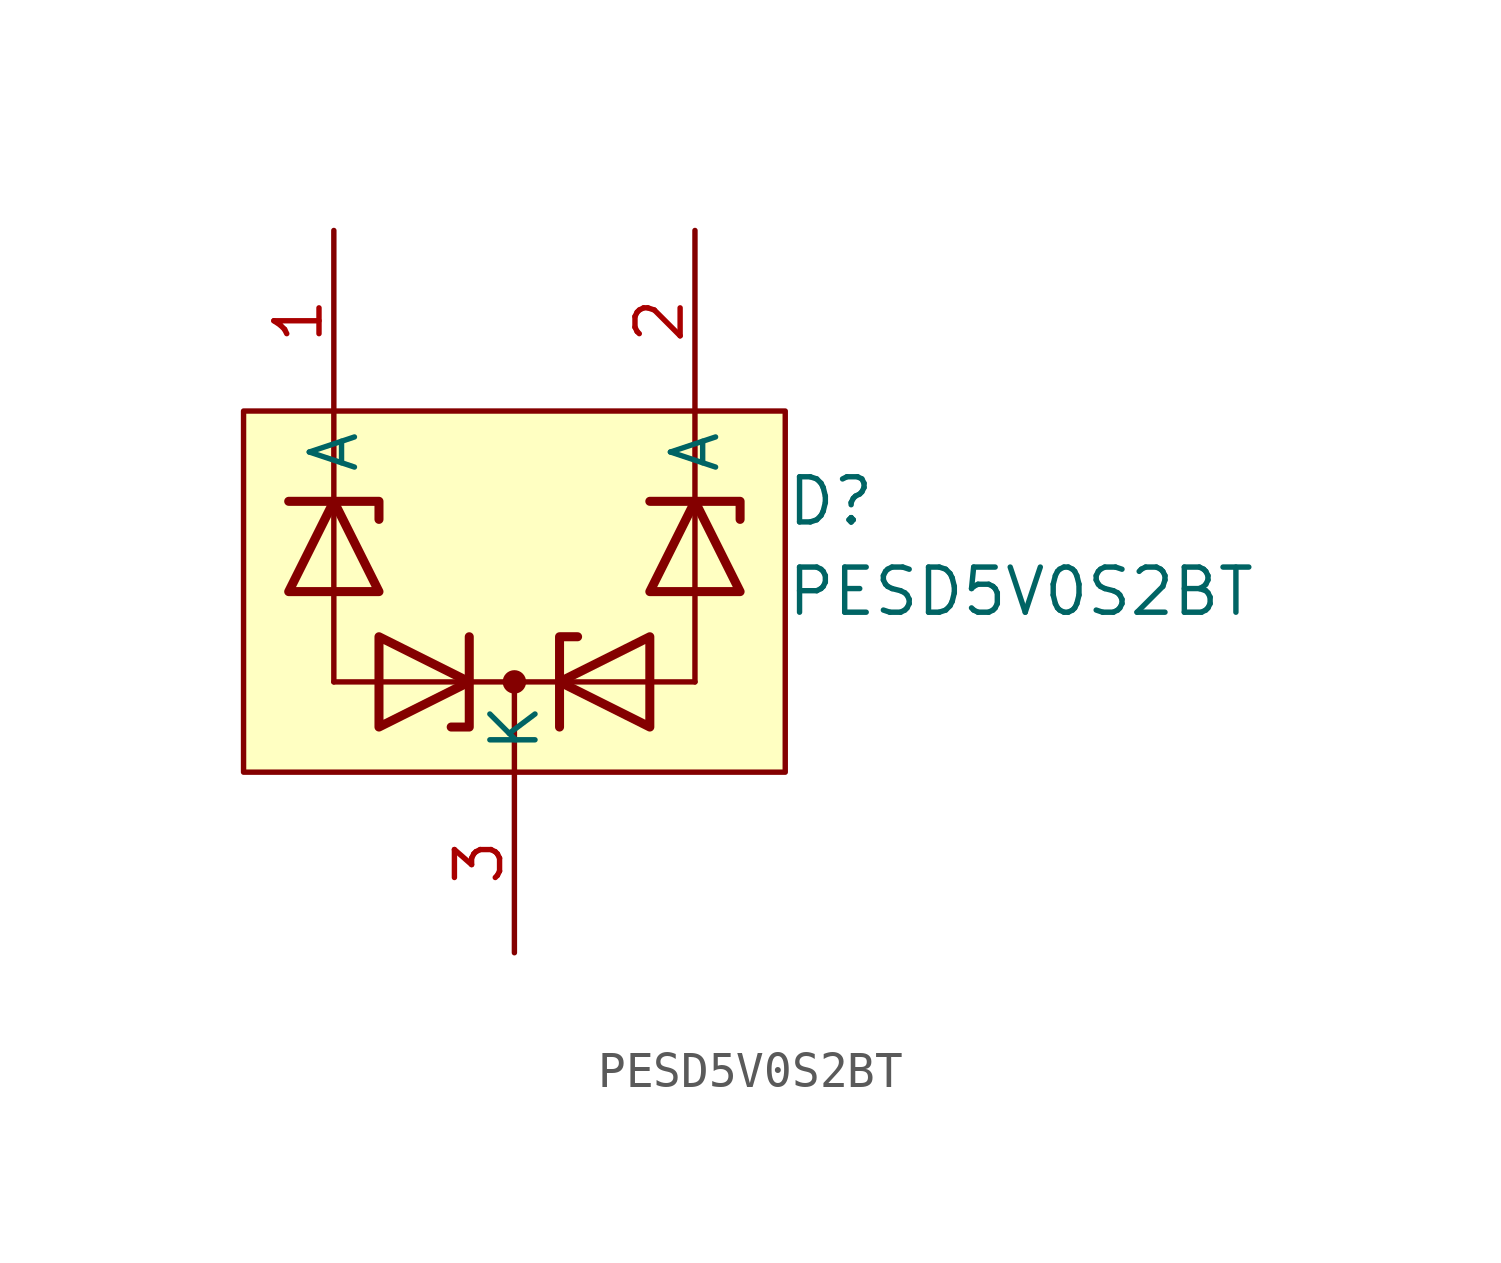
<source format=kicad_sym>
(kicad_symbol_lib
  (version 20231120)
  (generator "kicad_symbol_editor")
  (generator_version "8.0")
  (symbol "PESD5V0S2BT"
    (property "Reference" "D"
      (at 17.78 7.62 0)
      (effects (font (size 1.27 1.27)) (justify left)))
    (property "Value" "PESD5V0S2BT"
      (at 17.78 5.08 0)
      (effects (font (size 1.27 1.27)) (justify left)))
    (symbol "PESD5V0S2BT_0_1"
      (polyline (pts (xy 5.08 2.54) (xy 5.08 10.16)) (stroke (width 0) (type default)) (fill (type none)))
      (polyline (pts (xy 5.08 2.54) (xy 15.24 2.54)) (stroke (width 0) (type default)) (fill (type none)))
      (polyline (pts (xy 10.16 2.54) (xy 10.16 0)) (stroke (width 0) (type default)) (fill (type none)))
      (polyline (pts (xy 15.24 2.54) (xy 15.24 10.16)) (stroke (width 0) (type default)) (fill (type none)))
      (polyline (pts (xy 3.81 7.62) (xy 6.35 7.62) (xy 6.35 7.112)) (stroke (width 0.254) (type default)) (fill (type none)))
      (polyline (pts (xy 8.89 3.81) (xy 8.89 1.27) (xy 8.382 1.27)) (stroke (width 0.254) (type default)) (fill (type none)))
      (polyline (pts (xy 11.43 1.27) (xy 11.43 3.81) (xy 11.938 3.81)) (stroke (width 0.254) (type default)) (fill (type none)))
      (polyline (pts (xy 13.97 7.62) (xy 16.51 7.62) (xy 16.51 7.112)) (stroke (width 0.254) (type default)) (fill (type none)))
      (polyline (pts (xy 3.81 5.08) (xy 5.08 7.62) (xy 6.35 5.08) (xy 3.81 5.08) (xy 3.81 5.08) (xy 3.81 5.08)) (stroke (width 0.254) (type default)) (fill (type none)))
      (polyline (pts (xy 6.35 3.81) (xy 8.89 2.54) (xy 6.35 1.27) (xy 6.35 3.81) (xy 6.35 3.81) (xy 6.35 3.81)) (stroke (width 0.254) (type default)) (fill (type none)))
      (polyline (pts (xy 13.97 1.27) (xy 11.43 2.54) (xy 13.97 3.81) (xy 13.97 1.27) (xy 13.97 1.27) (xy 13.97 1.27)) (stroke (width 0.254) (type default)) (fill (type none)))
      (polyline (pts (xy 13.97 5.08) (xy 15.24 7.62) (xy 16.51 5.08) (xy 13.97 5.08) (xy 13.97 5.08) (xy 13.97 5.08)) (stroke (width 0.254) (type default)) (fill (type none)))
      (rectangle (start 2.54 10.16) (end 17.78 0) (stroke (width 0) (type default)) (fill (type background)))
      (circle (center 10.16 2.54) (radius 0.254) (stroke (width 0) (type default)) (fill (type outline)))
      (pin passive line (at 5.08 15.24 270) (length 5.08) (name "A" (effects (font (size 1.27 1.27)))) (number "1" (effects (font (size 1.27 1.27)))))
      (pin passive line (at 15.24 15.24 270) (length 5.08) (name "A" (effects (font (size 1.27 1.27)))) (number "2" (effects (font (size 1.27 1.27)))))
      (pin passive line (at 10.16 -5.08 90) (length 5.08) (name "K" (effects (font (size 1.27 1.27)))) (number "3" (effects (font (size 1.27 1.27))))))))
</source>
